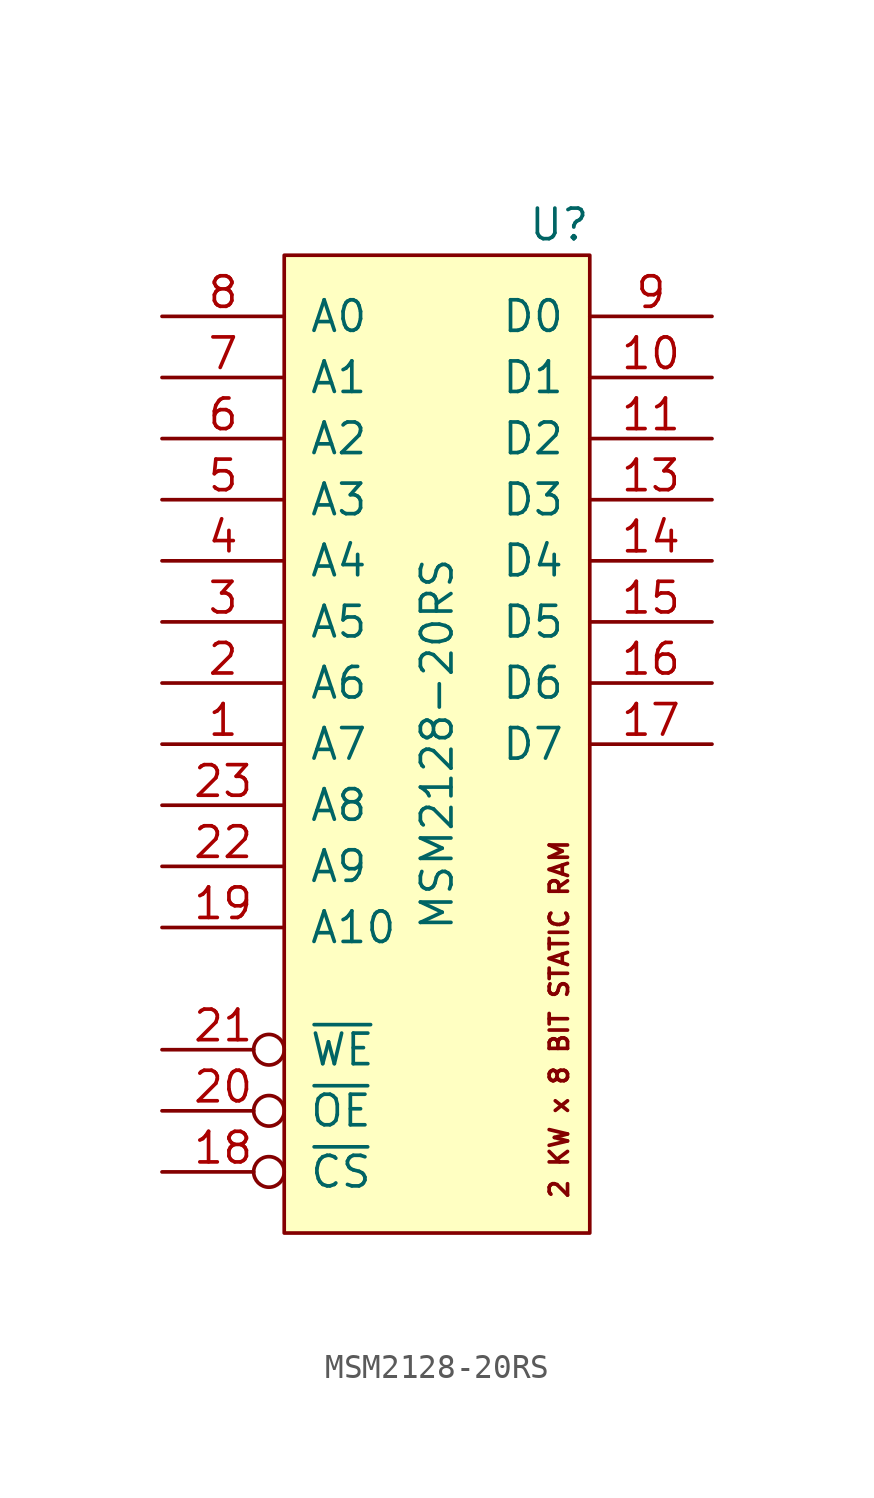
<source format=kicad_sym>
(kicad_symbol_lib
  (version 20211014)
  (generator kicad_symbol_editor)
  (symbol "MSM2128-20RS"
    (pin_names
      (offset 1.016))
    (property "Reference" "U"
      (at 5.08 20.32 0)
      (effects (font (size 1.27 1.27))))
    (property "Value" "MSM2128-20RS"
      (at 0 -1.27 90)
      (effects (font (size 1.27 1.27))))
    (symbol "MSM2128-20RS_0_0"
      (text "2 KW x 8 BIT STATIC RAM" (at 5.08 -12.7 900) (effects (font (size 0.762 0.762)))))
    (symbol "MSM2128-20RS_0_1"
      (rectangle (start -6.35 19.05) (end 6.35 -21.59) (stroke (width 0) (type default) (color 0 0 0 0)) (fill (type background))))
    (symbol "MSM2128-20RS_1_0"
      (pin power_in line (at 0 -21.59 90) (length 5.08) hide (name "VSS" (effects (font (size 1.27 1.27)))) (number "12" (effects (font (size 1.27 1.27)))))
      (pin power_in line (at 0 19.05 270) (length 5.08) hide (name "VCC" (effects (font (size 1.27 1.27)))) (number "24" (effects (font (size 1.27 1.27))))))
    (symbol "MSM2128-20RS_1_1"
      (pin input line (at -11.43 -1.27 0) (length 5.08) (name "A7" (effects (font (size 1.27 1.27)))) (number "1" (effects (font (size 1.27 1.27)))))
      (pin bidirectional line (at 11.43 13.97 180) (length 5.08) (name "D1" (effects (font (size 1.27 1.27)))) (number "10" (effects (font (size 1.27 1.27)))))
      (pin bidirectional line (at 11.43 11.43 180) (length 5.08) (name "D2" (effects (font (size 1.27 1.27)))) (number "11" (effects (font (size 1.27 1.27)))))
      (pin bidirectional line (at 11.43 8.89 180) (length 5.08) (name "D3" (effects (font (size 1.27 1.27)))) (number "13" (effects (font (size 1.27 1.27)))))
      (pin bidirectional line (at 11.43 6.35 180) (length 5.08) (name "D4" (effects (font (size 1.27 1.27)))) (number "14" (effects (font (size 1.27 1.27)))))
      (pin bidirectional line (at 11.43 3.81 180) (length 5.08) (name "D5" (effects (font (size 1.27 1.27)))) (number "15" (effects (font (size 1.27 1.27)))))
      (pin bidirectional line (at 11.43 1.27 180) (length 5.08) (name "D6" (effects (font (size 1.27 1.27)))) (number "16" (effects (font (size 1.27 1.27)))))
      (pin bidirectional line (at 11.43 -1.27 180) (length 5.08) (name "D7" (effects (font (size 1.27 1.27)))) (number "17" (effects (font (size 1.27 1.27)))))
      (pin input inverted (at -11.43 -19.05 0) (length 5.08) (name "~{CS}" (effects (font (size 1.27 1.27)))) (number "18" (effects (font (size 1.27 1.27)))))
      (pin input line (at -11.43 -8.89 0) (length 5.08) (name "A10" (effects (font (size 1.27 1.27)))) (number "19" (effects (font (size 1.27 1.27)))))
      (pin input line (at -11.43 1.27 0) (length 5.08) (name "A6" (effects (font (size 1.27 1.27)))) (number "2" (effects (font (size 1.27 1.27)))))
      (pin input inverted (at -11.43 -16.51 0) (length 5.08) (name "~{OE}" (effects (font (size 1.27 1.27)))) (number "20" (effects (font (size 1.27 1.27)))))
      (pin input inverted (at -11.43 -13.97 0) (length 5.08) (name "~{WE}" (effects (font (size 1.27 1.27)))) (number "21" (effects (font (size 1.27 1.27)))))
      (pin input line (at -11.43 -6.35 0) (length 5.08) (name "A9" (effects (font (size 1.27 1.27)))) (number "22" (effects (font (size 1.27 1.27)))))
      (pin input line (at -11.43 -3.81 0) (length 5.08) (name "A8" (effects (font (size 1.27 1.27)))) (number "23" (effects (font (size 1.27 1.27)))))
      (pin input line (at -11.43 3.81 0) (length 5.08) (name "A5" (effects (font (size 1.27 1.27)))) (number "3" (effects (font (size 1.27 1.27)))))
      (pin input line (at -11.43 6.35 0) (length 5.08) (name "A4" (effects (font (size 1.27 1.27)))) (number "4" (effects (font (size 1.27 1.27)))))
      (pin input line (at -11.43 8.89 0) (length 5.08) (name "A3" (effects (font (size 1.27 1.27)))) (number "5" (effects (font (size 1.27 1.27)))))
      (pin input line (at -11.43 11.43 0) (length 5.08) (name "A2" (effects (font (size 1.27 1.27)))) (number "6" (effects (font (size 1.27 1.27)))))
      (pin input line (at -11.43 13.97 0) (length 5.08) (name "A1" (effects (font (size 1.27 1.27)))) (number "7" (effects (font (size 1.27 1.27)))))
      (pin input line (at -11.43 16.51 0) (length 5.08) (name "A0" (effects (font (size 1.27 1.27)))) (number "8" (effects (font (size 1.27 1.27)))))
      (pin bidirectional line (at 11.43 16.51 180) (length 5.08) (name "D0" (effects (font (size 1.27 1.27)))) (number "9" (effects (font (size 1.27 1.27))))))))
</source>
